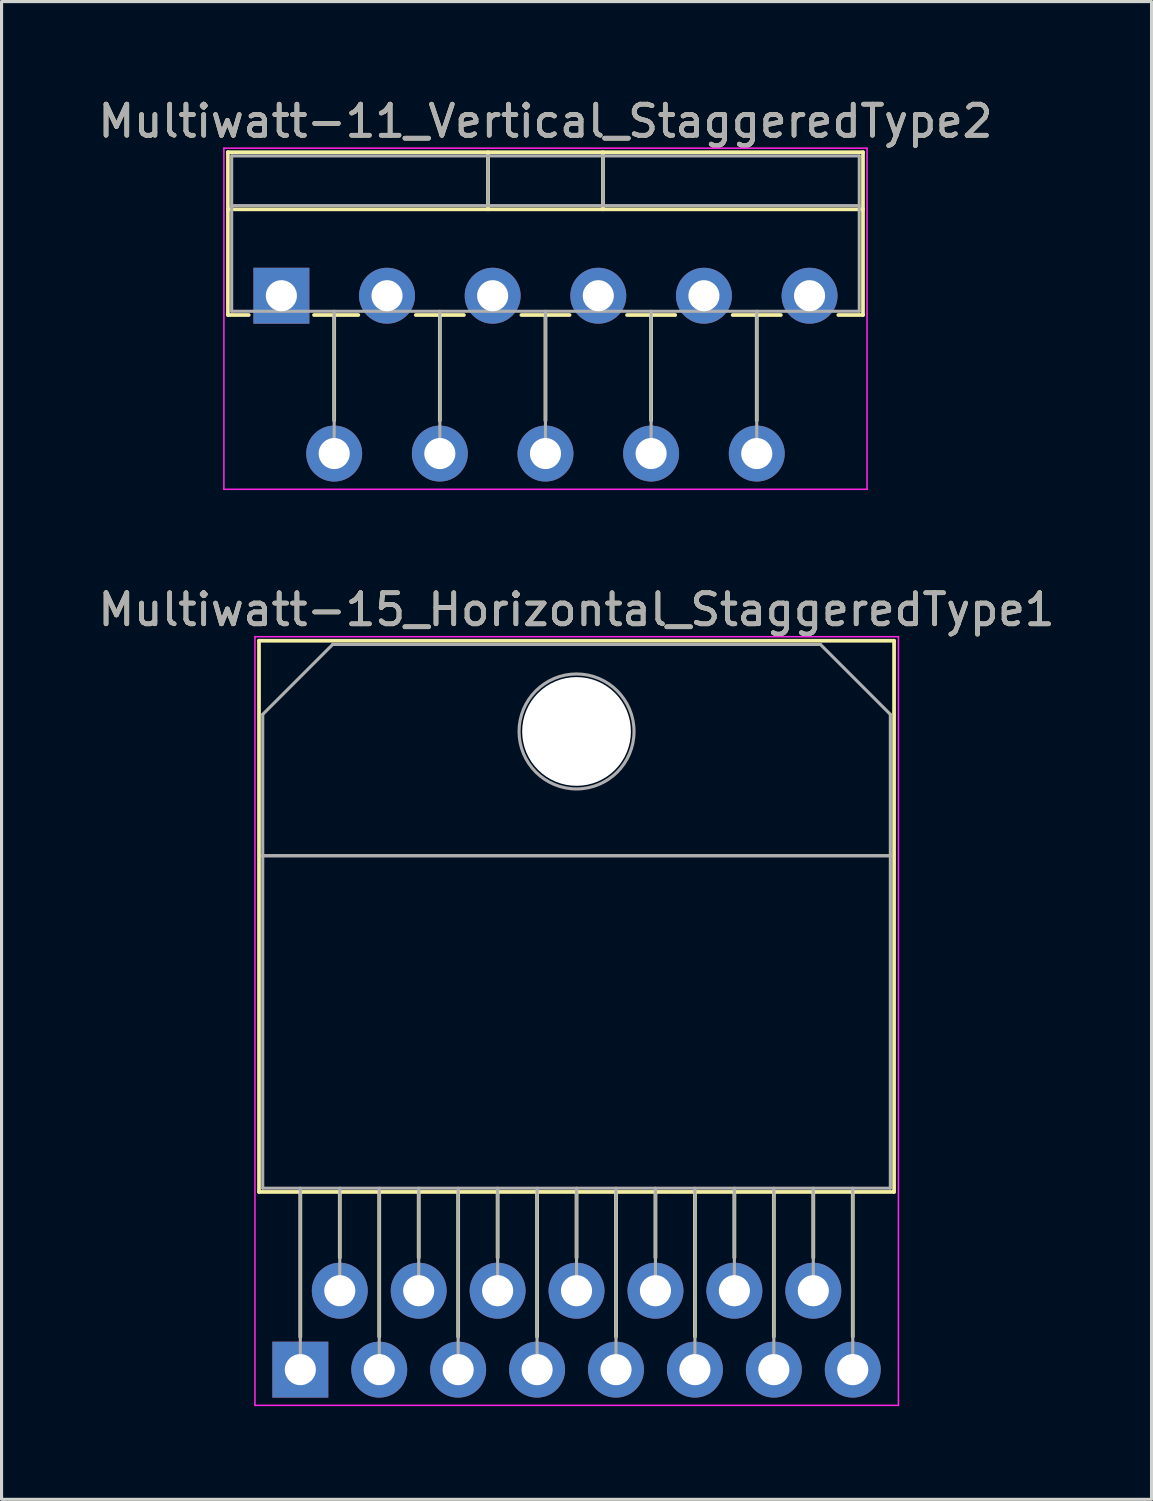
<source format=kicad_pcb>
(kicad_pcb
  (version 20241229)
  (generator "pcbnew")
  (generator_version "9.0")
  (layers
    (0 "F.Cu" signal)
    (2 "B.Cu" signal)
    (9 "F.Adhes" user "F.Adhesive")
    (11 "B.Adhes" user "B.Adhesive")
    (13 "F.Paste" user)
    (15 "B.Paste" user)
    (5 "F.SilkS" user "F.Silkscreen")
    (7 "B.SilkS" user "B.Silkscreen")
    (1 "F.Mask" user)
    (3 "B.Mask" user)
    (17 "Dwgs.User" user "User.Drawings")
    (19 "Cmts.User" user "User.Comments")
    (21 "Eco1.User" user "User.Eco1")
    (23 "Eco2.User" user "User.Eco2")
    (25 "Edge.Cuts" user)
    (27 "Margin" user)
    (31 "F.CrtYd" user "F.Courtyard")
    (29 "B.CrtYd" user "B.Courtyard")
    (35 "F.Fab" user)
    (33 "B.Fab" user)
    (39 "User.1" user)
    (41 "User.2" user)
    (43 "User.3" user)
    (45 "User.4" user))
  (footprint "Multiwatt-11_Vertical_StaggeredType2"
    (layer "F.Cu")
    (at 6.006 6.468)
    (property "Reference" "Multiwatt-11_Vertical_StaggeredType2" (at 8.5 -5.62 0) (layer "F.SilkS") (effects (font (size 1 1) (thickness 0.15))))
    (attr through_hole)
    (fp_line (start -1.72 -4.62) (end -1.72 0.621) (stroke (width 0.12) (type solid)) (layer "F.SilkS"))
    (fp_line (start -1.72 -4.62) (end 18.72 -4.62) (stroke (width 0.12) (type solid)) (layer "F.SilkS"))
    (fp_line (start -1.72 -2.78) (end 18.72 -2.78) (stroke (width 0.12) (type solid)) (layer "F.SilkS"))
    (fp_line (start -1.72 0.621) (end -1.05 0.621) (stroke (width 0.12) (type solid)) (layer "F.SilkS"))
    (fp_line (start 1.05 0.621) (end 2.476 0.621) (stroke (width 0.12) (type solid)) (layer "F.SilkS"))
    (fp_line (start 1.7 0.621) (end 1.7 4.015) (stroke (width 0.12) (type solid)) (layer "F.SilkS"))
    (fp_line (start 4.325 0.621) (end 5.876 0.621) (stroke (width 0.12) (type solid)) (layer "F.SilkS"))
    (fp_line (start 5.1 0.621) (end 5.1 4.015) (stroke (width 0.12) (type solid)) (layer "F.SilkS"))
    (fp_line (start 6.65 -4.62) (end 6.65 -2.78) (stroke (width 0.12) (type solid)) (layer "F.SilkS"))
    (fp_line (start 7.725 0.621) (end 9.276 0.621) (stroke (width 0.12) (type solid)) (layer "F.SilkS"))
    (fp_line (start 8.5 0.621) (end 8.5 4.015) (stroke (width 0.12) (type solid)) (layer "F.SilkS"))
    (fp_line (start 10.35 -4.62) (end 10.35 -2.78) (stroke (width 0.12) (type solid)) (layer "F.SilkS"))
    (fp_line (start 11.125 0.621) (end 12.676 0.621) (stroke (width 0.12) (type solid)) (layer "F.SilkS"))
    (fp_line (start 11.9 0.621) (end 11.9 4.015) (stroke (width 0.12) (type solid)) (layer "F.SilkS"))
    (fp_line (start 14.525 0.621) (end 16.076 0.621) (stroke (width 0.12) (type solid)) (layer "F.SilkS"))
    (fp_line (start 15.3 0.621) (end 15.3 4.015) (stroke (width 0.12) (type solid)) (layer "F.SilkS"))
    (fp_line (start 17.925 0.621) (end 18.72 0.621) (stroke (width 0.12) (type solid)) (layer "F.SilkS"))
    (fp_line (start 18.72 -4.62) (end 18.72 0.621) (stroke (width 0.12) (type solid)) (layer "F.SilkS"))
    (fp_line (start -1.85 -4.75) (end -1.85 6.23) (stroke (width 0.05) (type solid)) (layer "F.CrtYd"))
    (fp_line (start -1.85 6.23) (end 18.85 6.23) (stroke (width 0.05) (type solid)) (layer "F.CrtYd"))
    (fp_line (start 18.85 -4.75) (end -1.85 -4.75) (stroke (width 0.05) (type solid)) (layer "F.CrtYd"))
    (fp_line (start 18.85 6.23) (end 18.85 -4.75) (stroke (width 0.05) (type solid)) (layer "F.CrtYd"))
    (fp_line (start -1.6 -4.5) (end -1.6 0.5) (stroke (width 0.1) (type solid)) (layer "F.Fab"))
    (fp_line (start -1.6 -2.9) (end 18.6 -2.9) (stroke (width 0.1) (type solid)) (layer "F.Fab"))
    (fp_line (start -1.6 0.5) (end 18.6 0.5) (stroke (width 0.1) (type solid)) (layer "F.Fab"))
    (fp_line (start 1.7 0.5) (end 1.7 5.08) (stroke (width 0.1) (type solid)) (layer "F.Fab"))
    (fp_line (start 5.1 0.5) (end 5.1 5.08) (stroke (width 0.1) (type solid)) (layer "F.Fab"))
    (fp_line (start 6.65 -4.5) (end 6.65 -2.9) (stroke (width 0.1) (type solid)) (layer "F.Fab"))
    (fp_line (start 8.5 0.5) (end 8.5 5.08) (stroke (width 0.1) (type solid)) (layer "F.Fab"))
    (fp_line (start 10.35 -4.5) (end 10.35 -2.9) (stroke (width 0.1) (type solid)) (layer "F.Fab"))
    (fp_line (start 11.9 0.5) (end 11.9 5.08) (stroke (width 0.1) (type solid)) (layer "F.Fab"))
    (fp_line (start 15.3 0.5) (end 15.3 5.08) (stroke (width 0.1) (type solid)) (layer "F.Fab"))
    (fp_line (start 18.6 -4.5) (end -1.6 -4.5) (stroke (width 0.1) (type solid)) (layer "F.Fab"))
    (fp_line (start 18.6 0.5) (end 18.6 -4.5) (stroke (width 0.1) (type solid)) (layer "F.Fab"))
    (fp_text user "${REFERENCE}" (at 8.5 -5.62 0) (layer "F.Fab") (effects (font (size 1 1) (thickness 0.15))))
    (pad "1" thru_hole rect (at 0 0) (size 1.8 1.8) (drill 1) (layers "*.Cu" "*.Mask"))
    (pad "2" thru_hole oval (at 1.7 5.08) (size 1.8 1.8) (drill 1) (layers "*.Cu" "*.Mask"))
    (pad "3" thru_hole oval (at 3.4 0) (size 1.8 1.8) (drill 1) (layers "*.Cu" "*.Mask"))
    (pad "4" thru_hole oval (at 5.1 5.08) (size 1.8 1.8) (drill 1) (layers "*.Cu" "*.Mask"))
    (pad "5" thru_hole oval (at 6.8 0) (size 1.8 1.8) (drill 1) (layers "*.Cu" "*.Mask"))
    (pad "6" thru_hole oval (at 8.5 5.08) (size 1.8 1.8) (drill 1) (layers "*.Cu" "*.Mask"))
    (pad "7" thru_hole oval (at 10.2 0) (size 1.8 1.8) (drill 1) (layers "*.Cu" "*.Mask"))
    (pad "8" thru_hole oval (at 11.9 5.08) (size 1.8 1.8) (drill 1) (layers "*.Cu" "*.Mask"))
    (pad "9" thru_hole oval (at 13.6 0) (size 1.8 1.8) (drill 1) (layers "*.Cu" "*.Mask"))
    (pad "10" thru_hole oval (at 15.3 5.08) (size 1.8 1.8) (drill 1) (layers "*.Cu" "*.Mask"))
    (pad "11" thru_hole oval (at 17 0) (size 1.8 1.8) (drill 1) (layers "*.Cu" "*.Mask")))
  (footprint "Multiwatt-15_Horizontal_StaggeredType1"
    (layer "F.Cu")
    (at 6.616 41.032)
    (property "Reference" "Multiwatt-15_Horizontal_StaggeredType1" (at 8.89 -24.46 0) (layer "F.SilkS") (effects (font (size 1 1) (thickness 0.15))))
    (attr through_hole)
    (fp_line (start -1.33 -23.46) (end -1.33 -5.72) (stroke (width 0.12) (type solid)) (layer "F.SilkS"))
    (fp_line (start -1.33 -23.46) (end 19.11 -23.46) (stroke (width 0.12) (type solid)) (layer "F.SilkS"))
    (fp_line (start -1.33 -5.72) (end 19.11 -5.72) (stroke (width 0.12) (type solid)) (layer "F.SilkS"))
    (fp_line (start 0 -5.72) (end 0 -1.05) (stroke (width 0.12) (type solid)) (layer "F.SilkS"))
    (fp_line (start 1.27 -5.72) (end 1.27 -3.606) (stroke (width 0.12) (type solid)) (layer "F.SilkS"))
    (fp_line (start 2.54 -5.72) (end 2.54 -1.065) (stroke (width 0.12) (type solid)) (layer "F.SilkS"))
    (fp_line (start 3.81 -5.72) (end 3.81 -3.606) (stroke (width 0.12) (type solid)) (layer "F.SilkS"))
    (fp_line (start 5.08 -5.72) (end 5.08 -1.065) (stroke (width 0.12) (type solid)) (layer "F.SilkS"))
    (fp_line (start 6.35 -5.72) (end 6.35 -3.606) (stroke (width 0.12) (type solid)) (layer "F.SilkS"))
    (fp_line (start 7.62 -5.72) (end 7.62 -1.065) (stroke (width 0.12) (type solid)) (layer "F.SilkS"))
    (fp_line (start 8.89 -5.72) (end 8.89 -3.606) (stroke (width 0.12) (type solid)) (layer "F.SilkS"))
    (fp_line (start 10.16 -5.72) (end 10.16 -1.065) (stroke (width 0.12) (type solid)) (layer "F.SilkS"))
    (fp_line (start 11.43 -5.72) (end 11.43 -3.606) (stroke (width 0.12) (type solid)) (layer "F.SilkS"))
    (fp_line (start 12.7 -5.72) (end 12.7 -1.065) (stroke (width 0.12) (type solid)) (layer "F.SilkS"))
    (fp_line (start 13.97 -5.72) (end 13.97 -3.606) (stroke (width 0.12) (type solid)) (layer "F.SilkS"))
    (fp_line (start 15.24 -5.72) (end 15.24 -1.065) (stroke (width 0.12) (type solid)) (layer "F.SilkS"))
    (fp_line (start 16.51 -5.72) (end 16.51 -3.606) (stroke (width 0.12) (type solid)) (layer "F.SilkS"))
    (fp_line (start 17.78 -5.72) (end 17.78 -1.065) (stroke (width 0.12) (type solid)) (layer "F.SilkS"))
    (fp_line (start 19.11 -23.46) (end 19.11 -5.72) (stroke (width 0.12) (type solid)) (layer "F.SilkS"))
    (fp_line (start -1.46 -23.59) (end -1.46 1.15) (stroke (width 0.05) (type solid)) (layer "F.CrtYd"))
    (fp_line (start -1.46 1.15) (end 19.25 1.15) (stroke (width 0.05) (type solid)) (layer "F.CrtYd"))
    (fp_line (start 19.25 -23.59) (end -1.46 -23.59) (stroke (width 0.05) (type solid)) (layer "F.CrtYd"))
    (fp_line (start 19.25 1.15) (end 19.25 -23.59) (stroke (width 0.05) (type solid)) (layer "F.CrtYd"))
    (fp_line (start -1.21 -21.09) (end 1.041 -23.34) (stroke (width 0.1) (type solid)) (layer "F.Fab"))
    (fp_line (start -1.21 -16.54) (end -1.21 -21.09) (stroke (width 0.1) (type solid)) (layer "F.Fab"))
    (fp_line (start -1.21 -16.54) (end 18.99 -16.54) (stroke (width 0.1) (type solid)) (layer "F.Fab"))
    (fp_line (start -1.21 -5.84) (end -1.21 -16.54) (stroke (width 0.1) (type solid)) (layer "F.Fab"))
    (fp_line (start 0 -5.84) (end 0 0) (stroke (width 0.1) (type solid)) (layer "F.Fab"))
    (fp_line (start 1.041 -23.34) (end 16.74 -23.34) (stroke (width 0.1) (type solid)) (layer "F.Fab"))
    (fp_line (start 1.27 -5.84) (end 1.27 -2.54) (stroke (width 0.1) (type solid)) (layer "F.Fab"))
    (fp_line (start 2.54 -5.84) (end 2.54 0) (stroke (width 0.1) (type solid)) (layer "F.Fab"))
    (fp_line (start 3.81 -5.84) (end 3.81 -2.54) (stroke (width 0.1) (type solid)) (layer "F.Fab"))
    (fp_line (start 5.08 -5.84) (end 5.08 0) (stroke (width 0.1) (type solid)) (layer "F.Fab"))
    (fp_line (start 6.35 -5.84) (end 6.35 -2.54) (stroke (width 0.1) (type solid)) (layer "F.Fab"))
    (fp_line (start 7.62 -5.84) (end 7.62 0) (stroke (width 0.1) (type solid)) (layer "F.Fab"))
    (fp_line (start 8.89 -5.84) (end 8.89 -2.54) (stroke (width 0.1) (type solid)) (layer "F.Fab"))
    (fp_line (start 10.16 -5.84) (end 10.16 0) (stroke (width 0.1) (type solid)) (layer "F.Fab"))
    (fp_line (start 11.43 -5.84) (end 11.43 -2.54) (stroke (width 0.1) (type solid)) (layer "F.Fab"))
    (fp_line (start 12.7 -5.84) (end 12.7 0) (stroke (width 0.1) (type solid)) (layer "F.Fab"))
    (fp_line (start 13.97 -5.84) (end 13.97 -2.54) (stroke (width 0.1) (type solid)) (layer "F.Fab"))
    (fp_line (start 15.24 -5.84) (end 15.24 0) (stroke (width 0.1) (type solid)) (layer "F.Fab"))
    (fp_line (start 16.51 -5.84) (end 16.51 -2.54) (stroke (width 0.1) (type solid)) (layer "F.Fab"))
    (fp_line (start 16.74 -23.34) (end 18.99 -21.09) (stroke (width 0.1) (type solid)) (layer "F.Fab"))
    (fp_line (start 17.78 -5.84) (end 17.78 0) (stroke (width 0.1) (type solid)) (layer "F.Fab"))
    (fp_line (start 18.99 -21.09) (end 18.99 -16.54) (stroke (width 0.1) (type solid)) (layer "F.Fab"))
    (fp_line (start 18.99 -16.54) (end -1.21 -16.54) (stroke (width 0.1) (type solid)) (layer "F.Fab"))
    (fp_line (start 18.99 -16.54) (end 18.99 -5.84) (stroke (width 0.1) (type solid)) (layer "F.Fab"))
    (fp_line (start 18.99 -5.84) (end -1.21 -5.84) (stroke (width 0.1) (type solid)) (layer "F.Fab"))
    (fp_circle (center 8.89 -20.54) (end 10.74 -20.54) (stroke (width 0.1) (type solid)) (fill no) (layer "F.Fab"))
    (fp_text user "${REFERENCE}" (at 8.89 -24.46 0) (layer "F.Fab") (effects (font (size 1 1) (thickness 0.15))))
    (pad "" np_thru_hole oval (at 8.89 -20.54) (size 3.5 3.5) (drill 3.5) (layers "*.Cu" "*.Mask"))
    (pad "1" thru_hole rect (at 0 0) (size 1.8 1.8) (drill 1) (layers "*.Cu" "*.Mask"))
    (pad "2" thru_hole oval (at 1.27 -2.54) (size 1.8 1.8) (drill 1) (layers "*.Cu" "*.Mask"))
    (pad "3" thru_hole oval (at 2.54 0) (size 1.8 1.8) (drill 1) (layers "*.Cu" "*.Mask"))
    (pad "4" thru_hole oval (at 3.81 -2.54) (size 1.8 1.8) (drill 1) (layers "*.Cu" "*.Mask"))
    (pad "5" thru_hole oval (at 5.08 0) (size 1.8 1.8) (drill 1) (layers "*.Cu" "*.Mask"))
    (pad "6" thru_hole oval (at 6.35 -2.54) (size 1.8 1.8) (drill 1) (layers "*.Cu" "*.Mask"))
    (pad "7" thru_hole oval (at 7.62 0) (size 1.8 1.8) (drill 1) (layers "*.Cu" "*.Mask"))
    (pad "8" thru_hole oval (at 8.89 -2.54) (size 1.8 1.8) (drill 1) (layers "*.Cu" "*.Mask"))
    (pad "9" thru_hole oval (at 10.16 0) (size 1.8 1.8) (drill 1) (layers "*.Cu" "*.Mask"))
    (pad "10" thru_hole oval (at 11.43 -2.54) (size 1.8 1.8) (drill 1) (layers "*.Cu" "*.Mask"))
    (pad "11" thru_hole oval (at 12.7 0) (size 1.8 1.8) (drill 1) (layers "*.Cu" "*.Mask"))
    (pad "12" thru_hole oval (at 13.97 -2.54) (size 1.8 1.8) (drill 1) (layers "*.Cu" "*.Mask"))
    (pad "13" thru_hole oval (at 15.24 0) (size 1.8 1.8) (drill 1) (layers "*.Cu" "*.Mask"))
    (pad "14" thru_hole oval (at 16.51 -2.54) (size 1.8 1.8) (drill 1) (layers "*.Cu" "*.Mask"))
    (pad "15" thru_hole oval (at 17.78 0) (size 1.8 1.8) (drill 1) (layers "*.Cu" "*.Mask")))
  (gr_rect
    (start -3 -3)
    (end 34.012 45.206)
    (stroke (width 0.1) (type default))
    (fill no)
    (layer "Edge.Cuts")))
</source>
